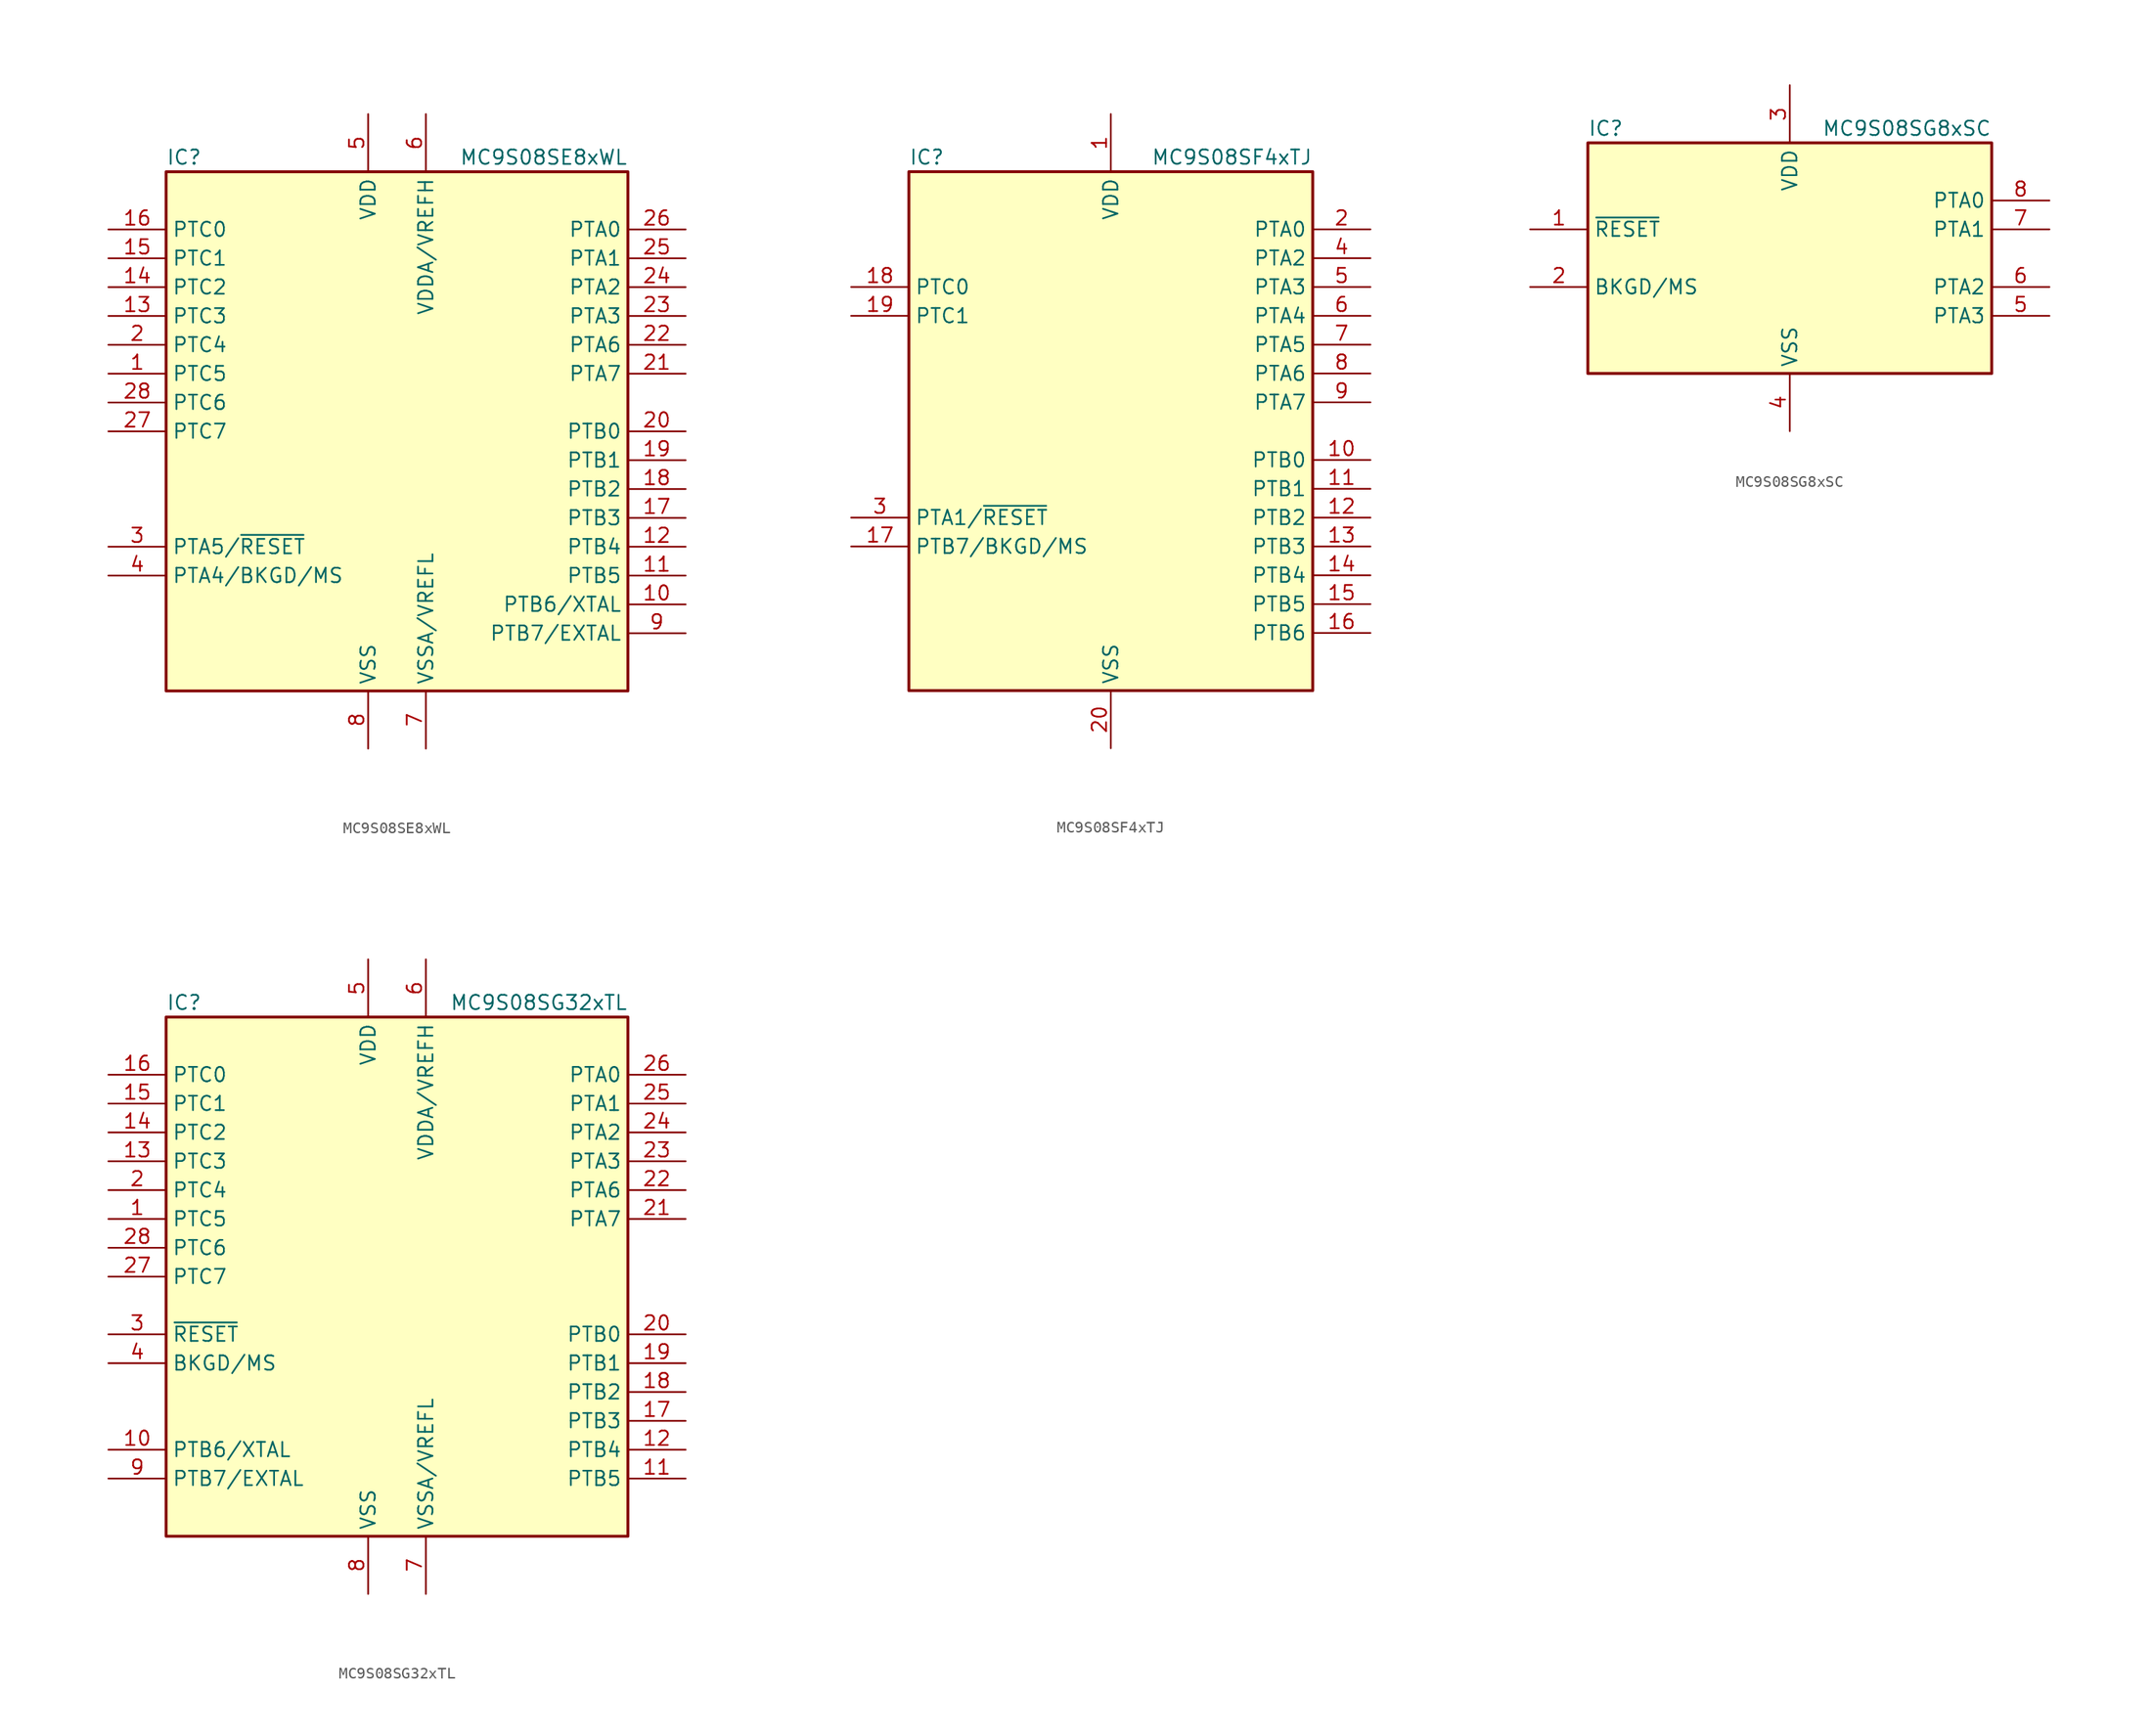
<source format=kicad_sym>
(kicad_symbol_lib
  (version 20201005)
  (generator kicad_symbol_editor)
  (symbol "MC9S08SE8xWL"
    (property "Reference" "IC"
      (at -20.32 24.13 0)
      (effects (font (size 1.27 1.27)) (justify left)))
    (property "Value" "MC9S08SE8xWL"
      (at 20.32 24.13 0)
      (effects (font (size 1.27 1.27)) (justify right)))
    (symbol "MC9S08SE8xWL_0_1"
      (rectangle (start -20.32 22.86) (end 20.32 -22.86) (stroke (width 0.254)) (fill (type background))))
    (symbol "MC9S08SE8xWL_1_1"
      (pin bidirectional line (at -25.4 5.08 0) (length 5.08) (name "PTC5" (effects (font (size 1.27 1.27)))) (number "1" (effects (font (size 1.27 1.27)))))
      (pin bidirectional line (at 25.4 -15.24 180) (length 5.08) (name "PTB6/XTAL" (effects (font (size 1.27 1.27)))) (number "10" (effects (font (size 1.27 1.27)))))
      (pin bidirectional line (at 25.4 -12.7 180) (length 5.08) (name "PTB5" (effects (font (size 1.27 1.27)))) (number "11" (effects (font (size 1.27 1.27)))))
      (pin bidirectional line (at 25.4 -10.16 180) (length 5.08) (name "PTB4" (effects (font (size 1.27 1.27)))) (number "12" (effects (font (size 1.27 1.27)))))
      (pin bidirectional line (at -25.4 10.16 0) (length 5.08) (name "PTC3" (effects (font (size 1.27 1.27)))) (number "13" (effects (font (size 1.27 1.27)))))
      (pin bidirectional line (at -25.4 12.7 0) (length 5.08) (name "PTC2" (effects (font (size 1.27 1.27)))) (number "14" (effects (font (size 1.27 1.27)))))
      (pin bidirectional line (at -25.4 15.24 0) (length 5.08) (name "PTC1" (effects (font (size 1.27 1.27)))) (number "15" (effects (font (size 1.27 1.27)))))
      (pin bidirectional line (at -25.4 17.78 0) (length 5.08) (name "PTC0" (effects (font (size 1.27 1.27)))) (number "16" (effects (font (size 1.27 1.27)))))
      (pin bidirectional line (at 25.4 -7.62 180) (length 5.08) (name "PTB3" (effects (font (size 1.27 1.27)))) (number "17" (effects (font (size 1.27 1.27)))))
      (pin bidirectional line (at 25.4 -5.08 180) (length 5.08) (name "PTB2" (effects (font (size 1.27 1.27)))) (number "18" (effects (font (size 1.27 1.27)))))
      (pin bidirectional line (at 25.4 -2.54 180) (length 5.08) (name "PTB1" (effects (font (size 1.27 1.27)))) (number "19" (effects (font (size 1.27 1.27)))))
      (pin bidirectional line (at -25.4 7.62 0) (length 5.08) (name "PTC4" (effects (font (size 1.27 1.27)))) (number "2" (effects (font (size 1.27 1.27)))))
      (pin bidirectional line (at 25.4 0 180) (length 5.08) (name "PTB0" (effects (font (size 1.27 1.27)))) (number "20" (effects (font (size 1.27 1.27)))))
      (pin bidirectional line (at 25.4 5.08 180) (length 5.08) (name "PTA7" (effects (font (size 1.27 1.27)))) (number "21" (effects (font (size 1.27 1.27)))))
      (pin bidirectional line (at 25.4 7.62 180) (length 5.08) (name "PTA6" (effects (font (size 1.27 1.27)))) (number "22" (effects (font (size 1.27 1.27)))))
      (pin bidirectional line (at 25.4 10.16 180) (length 5.08) (name "PTA3" (effects (font (size 1.27 1.27)))) (number "23" (effects (font (size 1.27 1.27)))))
      (pin bidirectional line (at 25.4 12.7 180) (length 5.08) (name "PTA2" (effects (font (size 1.27 1.27)))) (number "24" (effects (font (size 1.27 1.27)))))
      (pin bidirectional line (at 25.4 15.24 180) (length 5.08) (name "PTA1" (effects (font (size 1.27 1.27)))) (number "25" (effects (font (size 1.27 1.27)))))
      (pin bidirectional line (at 25.4 17.78 180) (length 5.08) (name "PTA0" (effects (font (size 1.27 1.27)))) (number "26" (effects (font (size 1.27 1.27)))))
      (pin bidirectional line (at -25.4 0 0) (length 5.08) (name "PTC7" (effects (font (size 1.27 1.27)))) (number "27" (effects (font (size 1.27 1.27)))))
      (pin bidirectional line (at -25.4 2.54 0) (length 5.08) (name "PTC6" (effects (font (size 1.27 1.27)))) (number "28" (effects (font (size 1.27 1.27)))))
      (pin bidirectional line (at -25.4 -10.16 0) (length 5.08) (name "PTA5/~RESET" (effects (font (size 1.27 1.27)))) (number "3" (effects (font (size 1.27 1.27)))))
      (pin bidirectional line (at -25.4 -12.7 0) (length 5.08) (name "PTA4/BKGD/MS" (effects (font (size 1.27 1.27)))) (number "4" (effects (font (size 1.27 1.27)))))
      (pin power_in line (at -2.54 27.94 270) (length 5.08) (name "VDD" (effects (font (size 1.27 1.27)))) (number "5" (effects (font (size 1.27 1.27)))))
      (pin power_in line (at 2.54 27.94 270) (length 5.08) (name "VDDA/VREFH" (effects (font (size 1.27 1.27)))) (number "6" (effects (font (size 1.27 1.27)))))
      (pin power_in line (at 2.54 -27.94 90) (length 5.08) (name "VSSA/VREFL" (effects (font (size 1.27 1.27)))) (number "7" (effects (font (size 1.27 1.27)))))
      (pin power_in line (at -2.54 -27.94 90) (length 5.08) (name "VSS" (effects (font (size 1.27 1.27)))) (number "8" (effects (font (size 1.27 1.27)))))
      (pin bidirectional line (at 25.4 -17.78 180) (length 5.08) (name "PTB7/EXTAL" (effects (font (size 1.27 1.27)))) (number "9" (effects (font (size 1.27 1.27)))))))
  (symbol "MC9S08SF4xTJ"
    (property "Reference" "IC"
      (at -17.78 24.13 0)
      (effects (font (size 1.27 1.27)) (justify left)))
    (property "Value" "MC9S08SF4xTJ"
      (at 17.78 24.13 0)
      (effects (font (size 1.27 1.27)) (justify right)))
    (symbol "MC9S08SF4xTJ_0_1"
      (rectangle (start -17.78 22.86) (end 17.78 -22.86) (stroke (width 0.254)) (fill (type background))))
    (symbol "MC9S08SF4xTJ_1_1"
      (pin power_in line (at 0 27.94 270) (length 5.08) (name "VDD" (effects (font (size 1.27 1.27)))) (number "1" (effects (font (size 1.27 1.27)))))
      (pin bidirectional line (at 22.86 -2.54 180) (length 5.08) (name "PTB0" (effects (font (size 1.27 1.27)))) (number "10" (effects (font (size 1.27 1.27)))))
      (pin bidirectional line (at 22.86 -5.08 180) (length 5.08) (name "PTB1" (effects (font (size 1.27 1.27)))) (number "11" (effects (font (size 1.27 1.27)))))
      (pin bidirectional line (at 22.86 -7.62 180) (length 5.08) (name "PTB2" (effects (font (size 1.27 1.27)))) (number "12" (effects (font (size 1.27 1.27)))))
      (pin bidirectional line (at 22.86 -10.16 180) (length 5.08) (name "PTB3" (effects (font (size 1.27 1.27)))) (number "13" (effects (font (size 1.27 1.27)))))
      (pin bidirectional line (at 22.86 -12.7 180) (length 5.08) (name "PTB4" (effects (font (size 1.27 1.27)))) (number "14" (effects (font (size 1.27 1.27)))))
      (pin bidirectional line (at 22.86 -15.24 180) (length 5.08) (name "PTB5" (effects (font (size 1.27 1.27)))) (number "15" (effects (font (size 1.27 1.27)))))
      (pin bidirectional line (at 22.86 -17.78 180) (length 5.08) (name "PTB6" (effects (font (size 1.27 1.27)))) (number "16" (effects (font (size 1.27 1.27)))))
      (pin bidirectional line (at -22.86 -10.16 0) (length 5.08) (name "PTB7/BKGD/MS" (effects (font (size 1.27 1.27)))) (number "17" (effects (font (size 1.27 1.27)))))
      (pin bidirectional line (at -22.86 12.7 0) (length 5.08) (name "PTC0" (effects (font (size 1.27 1.27)))) (number "18" (effects (font (size 1.27 1.27)))))
      (pin bidirectional line (at -22.86 10.16 0) (length 5.08) (name "PTC1" (effects (font (size 1.27 1.27)))) (number "19" (effects (font (size 1.27 1.27)))))
      (pin bidirectional line (at 22.86 17.78 180) (length 5.08) (name "PTA0" (effects (font (size 1.27 1.27)))) (number "2" (effects (font (size 1.27 1.27)))))
      (pin power_in line (at 0 -27.94 90) (length 5.08) (name "VSS" (effects (font (size 1.27 1.27)))) (number "20" (effects (font (size 1.27 1.27)))))
      (pin bidirectional line (at -22.86 -7.62 0) (length 5.08) (name "PTA1/~RESET" (effects (font (size 1.27 1.27)))) (number "3" (effects (font (size 1.27 1.27)))))
      (pin bidirectional line (at 22.86 15.24 180) (length 5.08) (name "PTA2" (effects (font (size 1.27 1.27)))) (number "4" (effects (font (size 1.27 1.27)))))
      (pin bidirectional line (at 22.86 12.7 180) (length 5.08) (name "PTA3" (effects (font (size 1.27 1.27)))) (number "5" (effects (font (size 1.27 1.27)))))
      (pin bidirectional line (at 22.86 10.16 180) (length 5.08) (name "PTA4" (effects (font (size 1.27 1.27)))) (number "6" (effects (font (size 1.27 1.27)))))
      (pin bidirectional line (at 22.86 7.62 180) (length 5.08) (name "PTA5" (effects (font (size 1.27 1.27)))) (number "7" (effects (font (size 1.27 1.27)))))
      (pin bidirectional line (at 22.86 5.08 180) (length 5.08) (name "PTA6" (effects (font (size 1.27 1.27)))) (number "8" (effects (font (size 1.27 1.27)))))
      (pin bidirectional line (at 22.86 2.54 180) (length 5.08) (name "PTA7" (effects (font (size 1.27 1.27)))) (number "9" (effects (font (size 1.27 1.27)))))))
  (symbol "MC9S08SG8xSC"
    (property "Reference" "IC"
      (at -17.78 11.43 0)
      (effects (font (size 1.27 1.27)) (justify left)))
    (property "Value" "MC9S08SG8xSC"
      (at 17.78 11.43 0)
      (effects (font (size 1.27 1.27)) (justify right)))
    (symbol "MC9S08SG8xSC_0_1"
      (rectangle (start -17.78 10.16) (end 17.78 -10.16) (stroke (width 0.254)) (fill (type background))))
    (symbol "MC9S08SG8xSC_1_1"
      (pin input line (at -22.86 2.54 0) (length 5.08) (name "~RESET" (effects (font (size 1.27 1.27)))) (number "1" (effects (font (size 1.27 1.27)))))
      (pin bidirectional line (at -22.86 -2.54 0) (length 5.08) (name "BKGD/MS" (effects (font (size 1.27 1.27)))) (number "2" (effects (font (size 1.27 1.27)))))
      (pin power_in line (at 0 15.24 270) (length 5.08) (name "VDD" (effects (font (size 1.27 1.27)))) (number "3" (effects (font (size 1.27 1.27)))))
      (pin power_in line (at 0 -15.24 90) (length 5.08) (name "VSS" (effects (font (size 1.27 1.27)))) (number "4" (effects (font (size 1.27 1.27)))))
      (pin bidirectional line (at 22.86 -5.08 180) (length 5.08) (name "PTA3" (effects (font (size 1.27 1.27)))) (number "5" (effects (font (size 1.27 1.27)))))
      (pin bidirectional line (at 22.86 -2.54 180) (length 5.08) (name "PTA2" (effects (font (size 1.27 1.27)))) (number "6" (effects (font (size 1.27 1.27)))))
      (pin bidirectional line (at 22.86 2.54 180) (length 5.08) (name "PTA1" (effects (font (size 1.27 1.27)))) (number "7" (effects (font (size 1.27 1.27)))))
      (pin bidirectional line (at 22.86 5.08 180) (length 5.08) (name "PTA0" (effects (font (size 1.27 1.27)))) (number "8" (effects (font (size 1.27 1.27)))))))
  (symbol "MC9S08SG32xTL"
    (property "Reference" "IC"
      (at -20.32 24.13 0)
      (effects (font (size 1.27 1.27)) (justify left)))
    (property "Value" "MC9S08SG32xTL"
      (at 20.32 24.13 0)
      (effects (font (size 1.27 1.27)) (justify right)))
    (symbol "MC9S08SG32xTL_0_1"
      (rectangle (start -20.32 22.86) (end 20.32 -22.86) (stroke (width 0.254)) (fill (type background))))
    (symbol "MC9S08SG32xTL_1_1"
      (pin bidirectional line (at -25.4 5.08 0) (length 5.08) (name "PTC5" (effects (font (size 1.27 1.27)))) (number "1" (effects (font (size 1.27 1.27)))))
      (pin bidirectional line (at -25.4 -15.24 0) (length 5.08) (name "PTB6/XTAL" (effects (font (size 1.27 1.27)))) (number "10" (effects (font (size 1.27 1.27)))))
      (pin bidirectional line (at 25.4 -17.78 180) (length 5.08) (name "PTB5" (effects (font (size 1.27 1.27)))) (number "11" (effects (font (size 1.27 1.27)))))
      (pin bidirectional line (at 25.4 -15.24 180) (length 5.08) (name "PTB4" (effects (font (size 1.27 1.27)))) (number "12" (effects (font (size 1.27 1.27)))))
      (pin bidirectional line (at -25.4 10.16 0) (length 5.08) (name "PTC3" (effects (font (size 1.27 1.27)))) (number "13" (effects (font (size 1.27 1.27)))))
      (pin bidirectional line (at -25.4 12.7 0) (length 5.08) (name "PTC2" (effects (font (size 1.27 1.27)))) (number "14" (effects (font (size 1.27 1.27)))))
      (pin bidirectional line (at -25.4 15.24 0) (length 5.08) (name "PTC1" (effects (font (size 1.27 1.27)))) (number "15" (effects (font (size 1.27 1.27)))))
      (pin bidirectional line (at -25.4 17.78 0) (length 5.08) (name "PTC0" (effects (font (size 1.27 1.27)))) (number "16" (effects (font (size 1.27 1.27)))))
      (pin bidirectional line (at 25.4 -12.7 180) (length 5.08) (name "PTB3" (effects (font (size 1.27 1.27)))) (number "17" (effects (font (size 1.27 1.27)))))
      (pin bidirectional line (at 25.4 -10.16 180) (length 5.08) (name "PTB2" (effects (font (size 1.27 1.27)))) (number "18" (effects (font (size 1.27 1.27)))))
      (pin bidirectional line (at 25.4 -7.62 180) (length 5.08) (name "PTB1" (effects (font (size 1.27 1.27)))) (number "19" (effects (font (size 1.27 1.27)))))
      (pin bidirectional line (at -25.4 7.62 0) (length 5.08) (name "PTC4" (effects (font (size 1.27 1.27)))) (number "2" (effects (font (size 1.27 1.27)))))
      (pin bidirectional line (at 25.4 -5.08 180) (length 5.08) (name "PTB0" (effects (font (size 1.27 1.27)))) (number "20" (effects (font (size 1.27 1.27)))))
      (pin bidirectional line (at 25.4 5.08 180) (length 5.08) (name "PTA7" (effects (font (size 1.27 1.27)))) (number "21" (effects (font (size 1.27 1.27)))))
      (pin bidirectional line (at 25.4 7.62 180) (length 5.08) (name "PTA6" (effects (font (size 1.27 1.27)))) (number "22" (effects (font (size 1.27 1.27)))))
      (pin bidirectional line (at 25.4 10.16 180) (length 5.08) (name "PTA3" (effects (font (size 1.27 1.27)))) (number "23" (effects (font (size 1.27 1.27)))))
      (pin bidirectional line (at 25.4 12.7 180) (length 5.08) (name "PTA2" (effects (font (size 1.27 1.27)))) (number "24" (effects (font (size 1.27 1.27)))))
      (pin bidirectional line (at 25.4 15.24 180) (length 5.08) (name "PTA1" (effects (font (size 1.27 1.27)))) (number "25" (effects (font (size 1.27 1.27)))))
      (pin bidirectional line (at 25.4 17.78 180) (length 5.08) (name "PTA0" (effects (font (size 1.27 1.27)))) (number "26" (effects (font (size 1.27 1.27)))))
      (pin bidirectional line (at -25.4 0 0) (length 5.08) (name "PTC7" (effects (font (size 1.27 1.27)))) (number "27" (effects (font (size 1.27 1.27)))))
      (pin bidirectional line (at -25.4 2.54 0) (length 5.08) (name "PTC6" (effects (font (size 1.27 1.27)))) (number "28" (effects (font (size 1.27 1.27)))))
      (pin input line (at -25.4 -5.08 0) (length 5.08) (name "~RESET" (effects (font (size 1.27 1.27)))) (number "3" (effects (font (size 1.27 1.27)))))
      (pin bidirectional line (at -25.4 -7.62 0) (length 5.08) (name "BKGD/MS" (effects (font (size 1.27 1.27)))) (number "4" (effects (font (size 1.27 1.27)))))
      (pin power_in line (at -2.54 27.94 270) (length 5.08) (name "VDD" (effects (font (size 1.27 1.27)))) (number "5" (effects (font (size 1.27 1.27)))))
      (pin power_in line (at 2.54 27.94 270) (length 5.08) (name "VDDA/VREFH" (effects (font (size 1.27 1.27)))) (number "6" (effects (font (size 1.27 1.27)))))
      (pin power_in line (at 2.54 -27.94 90) (length 5.08) (name "VSSA/VREFL" (effects (font (size 1.27 1.27)))) (number "7" (effects (font (size 1.27 1.27)))))
      (pin power_in line (at -2.54 -27.94 90) (length 5.08) (name "VSS" (effects (font (size 1.27 1.27)))) (number "8" (effects (font (size 1.27 1.27)))))
      (pin bidirectional line (at -25.4 -17.78 0) (length 5.08) (name "PTB7/EXTAL" (effects (font (size 1.27 1.27)))) (number "9" (effects (font (size 1.27 1.27))))))))
</source>
